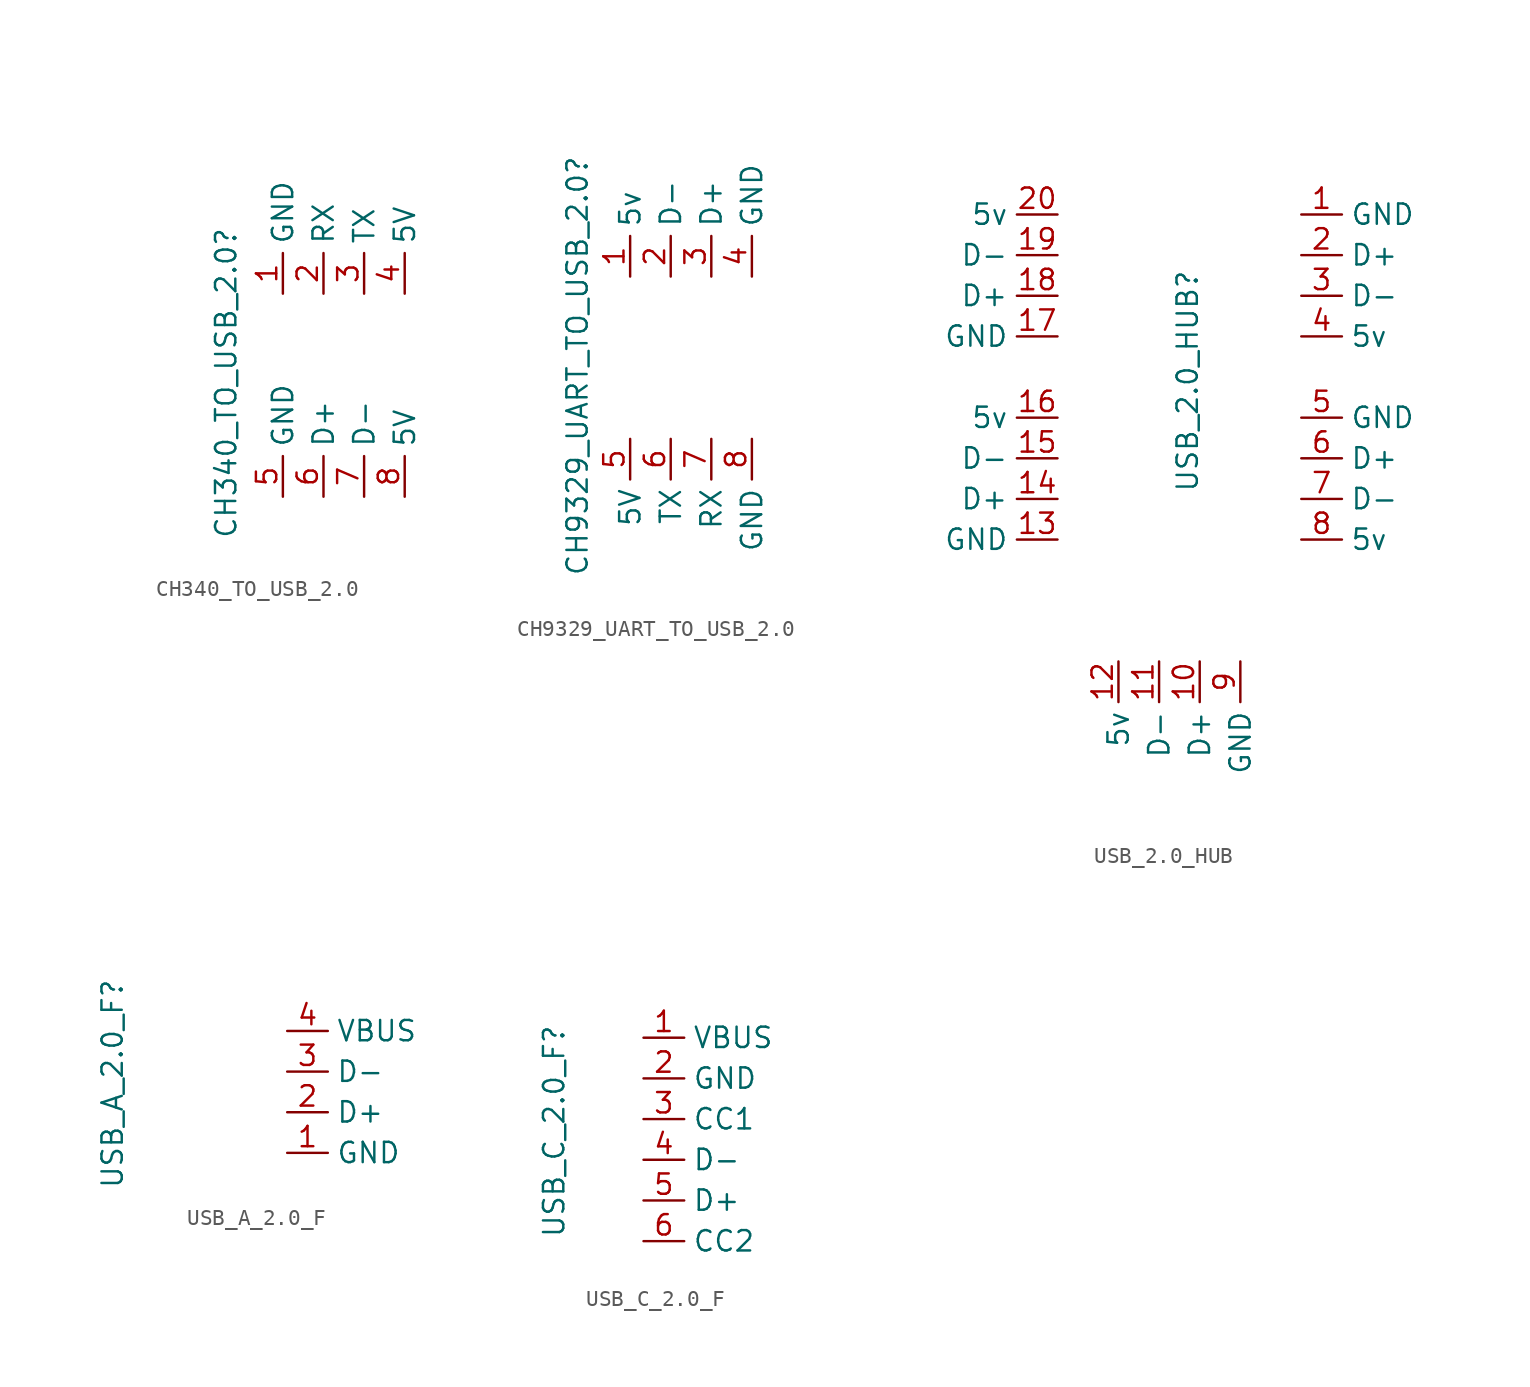
<source format=kicad_sym>
(kicad_symbol_lib
  (version 20241209)
  (generator "kicad_symbol_editor")
  (generator_version "9.0")
  (symbol "CH340_TO_USB_2.0"
    (property "Reference" "CH340_TO_USB_2.0"
      (at 7.874 -17.018 90)
      (effects (font (size 1.27 1.27))))
    (property "Value" ""
      (at 0 0 0)
      (effects (font (size 1.27 1.27))))
    (symbol "CH340_TO_USB_2.0_1_1"
      (pin input line (at 11.43 -11.43 90) (length 2.54) (name "GND" (effects (font (size 1.27 1.27)))) (number "1" (effects (font (size 1.27 1.27)))))
      (pin input line (at 11.43 -24.13 90) (length 2.54) (name "GND" (effects (font (size 1.27 1.27)))) (number "5" (effects (font (size 1.27 1.27)))))
      (pin input line (at 13.97 -11.43 90) (length 2.54) (name "RX" (effects (font (size 1.27 1.27)))) (number "2" (effects (font (size 1.27 1.27)))))
      (pin input line (at 13.97 -24.13 90) (length 2.54) (name "D+" (effects (font (size 1.27 1.27)))) (number "6" (effects (font (size 1.27 1.27)))))
      (pin input line (at 16.51 -11.43 90) (length 2.54) (name "TX" (effects (font (size 1.27 1.27)))) (number "3" (effects (font (size 1.27 1.27)))))
      (pin input line (at 16.51 -24.13 90) (length 2.54) (name "D-" (effects (font (size 1.27 1.27)))) (number "7" (effects (font (size 1.27 1.27)))))
      (pin input line (at 19.05 -11.43 90) (length 2.54) (name "5V" (effects (font (size 1.27 1.27)))) (number "4" (effects (font (size 1.27 1.27)))))
      (pin input line (at 19.05 -24.13 90) (length 2.54) (name "5V" (effects (font (size 1.27 1.27)))) (number "8" (effects (font (size 1.27 1.27)))))))
  (symbol "CH9329_UART_TO_USB_2.0"
    (property "Reference" "CH9329_UART_TO_USB_2.0"
      (at 1.778 -15.748 90)
      (effects (font (size 1.27 1.27))))
    (property "Value" ""
      (at 0 0 0)
      (effects (font (size 1.27 1.27))))
    (symbol "CH9329_UART_TO_USB_2.0_1_1"
      (pin input line (at 5.08 -10.16 90) (length 2.54) (name "5v" (effects (font (size 1.27 1.27)))) (number "1" (effects (font (size 1.27 1.27)))))
      (pin input line (at 5.08 -20.32 270) (length 2.54) (name "5V" (effects (font (size 1.27 1.27)))) (number "5" (effects (font (size 1.27 1.27)))))
      (pin input line (at 7.62 -10.16 90) (length 2.54) (name "D-" (effects (font (size 1.27 1.27)))) (number "2" (effects (font (size 1.27 1.27)))))
      (pin input line (at 7.62 -20.32 270) (length 2.54) (name "TX" (effects (font (size 1.27 1.27)))) (number "6" (effects (font (size 1.27 1.27)))))
      (pin input line (at 10.16 -10.16 90) (length 2.54) (name "D+" (effects (font (size 1.27 1.27)))) (number "3" (effects (font (size 1.27 1.27)))))
      (pin input line (at 10.16 -20.32 270) (length 2.54) (name "RX" (effects (font (size 1.27 1.27)))) (number "7" (effects (font (size 1.27 1.27)))))
      (pin input line (at 12.7 -10.16 90) (length 2.54) (name "GND" (effects (font (size 1.27 1.27)))) (number "4" (effects (font (size 1.27 1.27)))))
      (pin input line (at 12.7 -20.32 270) (length 2.54) (name "GND" (effects (font (size 1.27 1.27)))) (number "8" (effects (font (size 1.27 1.27)))))))
  (symbol "USB_2.0_HUB"
    (property "Reference" "USB_2.0_HUB"
      (at 17.018 -15.494 90)
      (effects (font (size 1.27 1.27))))
    (property "Value" ""
      (at 0 0 0)
      (effects (font (size 1.27 1.27))))
    (symbol "USB_2.0_HUB_1_1"
      (pin input line (at 8.89 -5.08 180) (length 2.54) (name "5v" (effects (font (size 1.27 1.27)))) (number "20" (effects (font (size 1.27 1.27)))))
      (pin input line (at 8.89 -7.62 180) (length 2.54) (name "D-" (effects (font (size 1.27 1.27)))) (number "19" (effects (font (size 1.27 1.27)))))
      (pin input line (at 8.89 -10.16 180) (length 2.54) (name "D+" (effects (font (size 1.27 1.27)))) (number "18" (effects (font (size 1.27 1.27)))))
      (pin input line (at 8.89 -12.7 180) (length 2.54) (name "GND" (effects (font (size 1.27 1.27)))) (number "17" (effects (font (size 1.27 1.27)))))
      (pin input line (at 8.89 -17.78 180) (length 2.54) (name "5v" (effects (font (size 1.27 1.27)))) (number "16" (effects (font (size 1.27 1.27)))))
      (pin input line (at 8.89 -20.32 180) (length 2.54) (name "D-" (effects (font (size 1.27 1.27)))) (number "15" (effects (font (size 1.27 1.27)))))
      (pin input line (at 8.89 -22.86 180) (length 2.54) (name "D+" (effects (font (size 1.27 1.27)))) (number "14" (effects (font (size 1.27 1.27)))))
      (pin input line (at 8.89 -25.4 180) (length 2.54) (name "GND" (effects (font (size 1.27 1.27)))) (number "13" (effects (font (size 1.27 1.27)))))
      (pin input line (at 12.7 -33.02 270) (length 2.54) (name "5v" (effects (font (size 1.27 1.27)))) (number "12" (effects (font (size 1.27 1.27)))))
      (pin input line (at 15.24 -33.02 270) (length 2.54) (name "D-" (effects (font (size 1.27 1.27)))) (number "11" (effects (font (size 1.27 1.27)))))
      (pin input line (at 17.78 -33.02 270) (length 2.54) (name "D+" (effects (font (size 1.27 1.27)))) (number "10" (effects (font (size 1.27 1.27)))))
      (pin input line (at 20.32 -33.02 270) (length 2.54) (name "GND" (effects (font (size 1.27 1.27)))) (number "9" (effects (font (size 1.27 1.27)))))
      (pin input line (at 24.13 -5.08 0) (length 2.54) (name "GND" (effects (font (size 1.27 1.27)))) (number "1" (effects (font (size 1.27 1.27)))))
      (pin input line (at 24.13 -7.62 0) (length 2.54) (name "D+" (effects (font (size 1.27 1.27)))) (number "2" (effects (font (size 1.27 1.27)))))
      (pin input line (at 24.13 -10.16 0) (length 2.54) (name "D-" (effects (font (size 1.27 1.27)))) (number "3" (effects (font (size 1.27 1.27)))))
      (pin input line (at 24.13 -12.7 0) (length 2.54) (name "5v" (effects (font (size 1.27 1.27)))) (number "4" (effects (font (size 1.27 1.27)))))
      (pin input line (at 24.13 -17.78 0) (length 2.54) (name "GND" (effects (font (size 1.27 1.27)))) (number "5" (effects (font (size 1.27 1.27)))))
      (pin input line (at 24.13 -20.32 0) (length 2.54) (name "D+" (effects (font (size 1.27 1.27)))) (number "6" (effects (font (size 1.27 1.27)))))
      (pin input line (at 24.13 -22.86 0) (length 2.54) (name "D-" (effects (font (size 1.27 1.27)))) (number "7" (effects (font (size 1.27 1.27)))))
      (pin input line (at 24.13 -25.4 0) (length 2.54) (name "5v" (effects (font (size 1.27 1.27)))) (number "8" (effects (font (size 1.27 1.27)))))))
  (symbol "USB_A_2.0_F"
    (property "Reference" "USB_A_2.0_F"
      (at -0.762 -7.112 90)
      (effects (font (size 1.27 1.27))))
    (property "Value" ""
      (at 0 0 0)
      (effects (font (size 1.27 1.27))))
    (symbol "USB_A_2.0_F_1_1"
      (pin power_in line (at 10.16 -3.81 0) (length 2.54) (name "VBUS" (effects (font (size 1.27 1.27)))) (number "4" (effects (font (size 1.27 1.27)))))
      (pin bidirectional line (at 10.16 -6.35 0) (length 2.54) (name "D-" (effects (font (size 1.27 1.27)))) (number "3" (effects (font (size 1.27 1.27)))))
      (pin bidirectional line (at 10.16 -8.89 0) (length 2.54) (name "D+" (effects (font (size 1.27 1.27)))) (number "2" (effects (font (size 1.27 1.27)))))
      (pin bidirectional line (at 10.16 -11.43 0) (length 2.54) (name "GND" (effects (font (size 1.27 1.27)))) (number "1" (effects (font (size 1.27 1.27)))))))
  (symbol "USB_C_2.0_F"
    (property "Reference" "USB_C_2.0_F"
      (at 0.762 -9.652 90)
      (effects (font (size 1.27 1.27))))
    (property "Value" ""
      (at 0 0 0)
      (effects (font (size 1.27 1.27))))
    (symbol "USB_C_2.0_F_1_1"
      (pin input line (at 6.35 -3.81 0) (length 2.54) (name "VBUS" (effects (font (size 1.27 1.27)))) (number "1" (effects (font (size 1.27 1.27)))))
      (pin input line (at 6.35 -6.35 0) (length 2.54) (name "GND" (effects (font (size 1.27 1.27)))) (number "2" (effects (font (size 1.27 1.27)))))
      (pin input line (at 6.35 -8.89 0) (length 2.54) (name "CC1" (effects (font (size 1.27 1.27)))) (number "3" (effects (font (size 1.27 1.27)))))
      (pin input line (at 6.35 -11.43 0) (length 2.54) (name "D-" (effects (font (size 1.27 1.27)))) (number "4" (effects (font (size 1.27 1.27)))))
      (pin input line (at 6.35 -13.97 0) (length 2.54) (name "D+" (effects (font (size 1.27 1.27)))) (number "5" (effects (font (size 1.27 1.27)))))
      (pin input line (at 6.35 -16.51 0) (length 2.54) (name "CC2" (effects (font (size 1.27 1.27)))) (number "6" (effects (font (size 1.27 1.27))))))))
</source>
